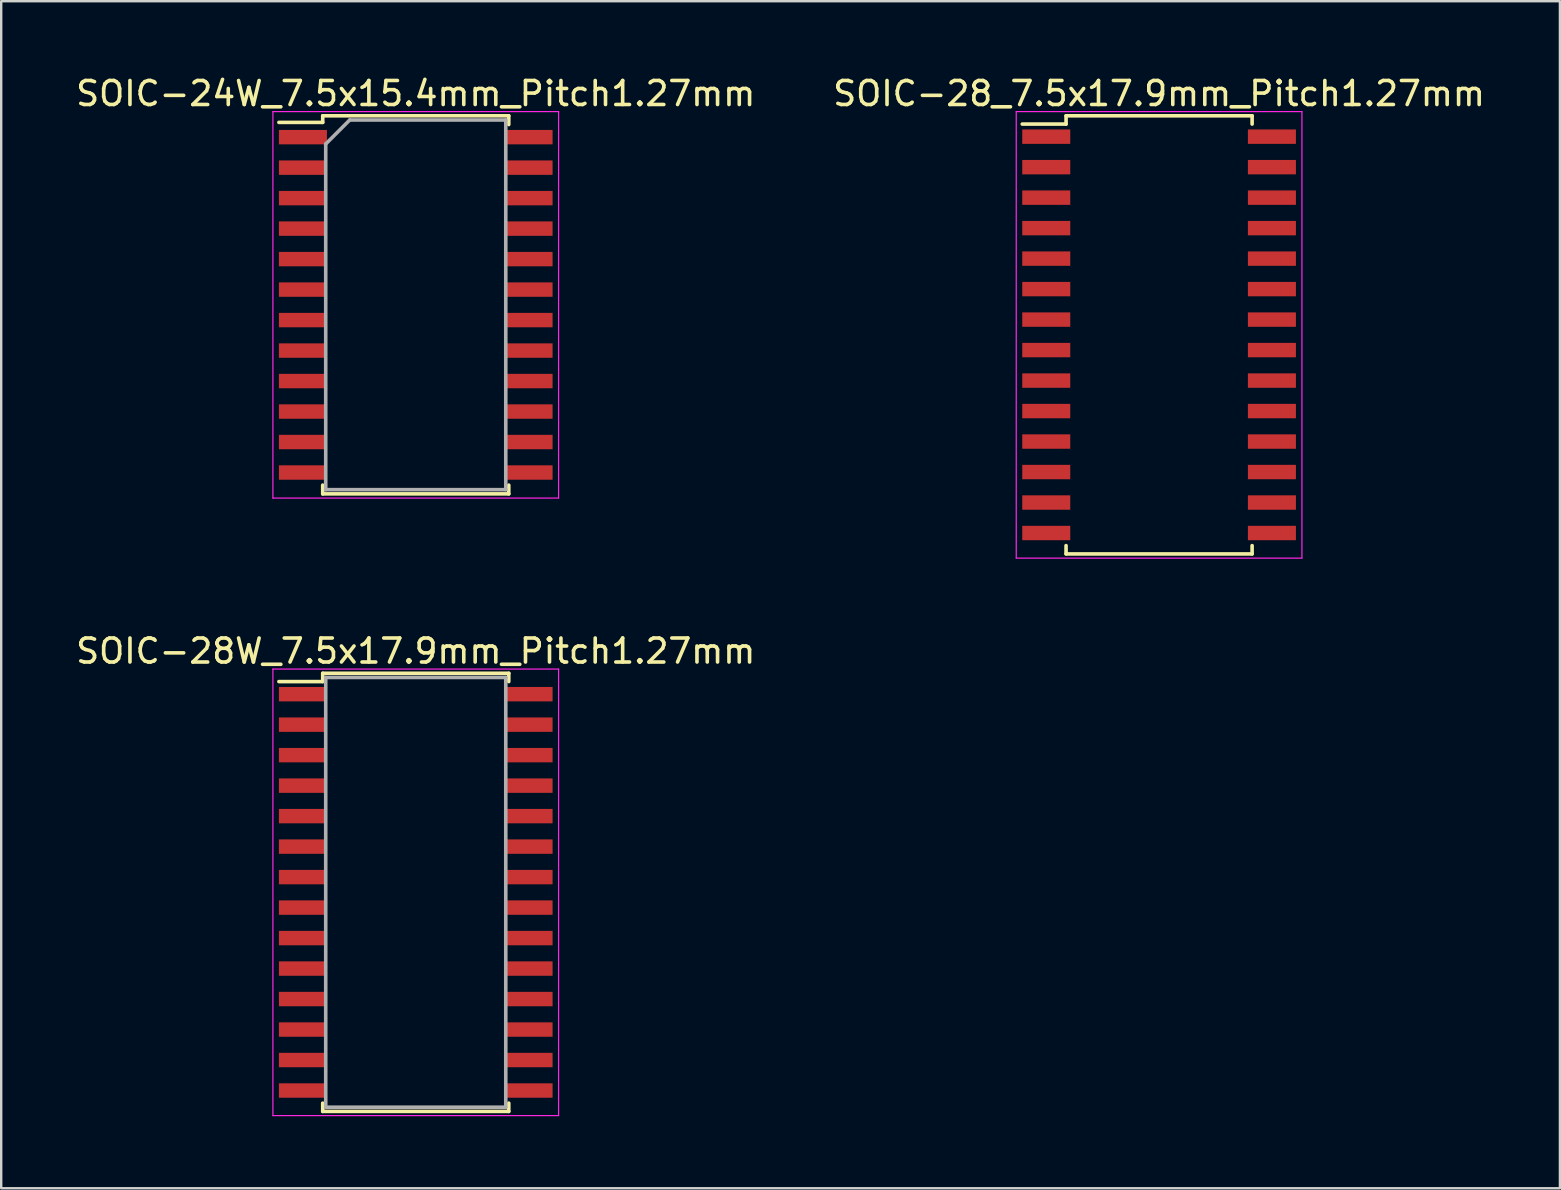
<source format=kicad_pcb>
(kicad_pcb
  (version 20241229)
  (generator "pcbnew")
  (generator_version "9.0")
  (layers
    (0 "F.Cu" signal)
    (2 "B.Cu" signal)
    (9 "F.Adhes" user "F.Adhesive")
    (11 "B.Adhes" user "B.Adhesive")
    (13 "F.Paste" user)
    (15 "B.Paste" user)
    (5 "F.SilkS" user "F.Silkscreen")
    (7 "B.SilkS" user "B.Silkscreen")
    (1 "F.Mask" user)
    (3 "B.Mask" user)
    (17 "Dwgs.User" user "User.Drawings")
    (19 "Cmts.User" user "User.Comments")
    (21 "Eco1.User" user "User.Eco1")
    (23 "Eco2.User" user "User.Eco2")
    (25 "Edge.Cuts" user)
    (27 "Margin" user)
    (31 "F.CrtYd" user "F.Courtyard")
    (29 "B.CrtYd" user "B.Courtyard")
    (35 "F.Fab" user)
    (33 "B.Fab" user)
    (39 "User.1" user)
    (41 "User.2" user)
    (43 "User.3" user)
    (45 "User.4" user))
  (footprint "SOIC-28_7.5x17.9mm_Pitch1.27mm"
    (layer "F.Cu")
    (at 45.232 10.898)
    (property "Reference" "SOIC-28_7.5x17.9mm_Pitch1.27mm" (at 0 -10.05 0) (layer "F.SilkS") (effects (font (size 1 1) (thickness 0.15))))
    (attr smd)
    (fp_line (start -3.875 -9.125) (end -3.875 -8.78) (stroke (width 0.15) (type solid)) (layer "F.SilkS"))
    (fp_line (start -3.875 -9.125) (end 3.875 -9.125) (stroke (width 0.15) (type solid)) (layer "F.SilkS"))
    (fp_line (start -3.875 -8.78) (end -5.7 -8.78) (stroke (width 0.15) (type solid)) (layer "F.SilkS"))
    (fp_line (start -3.875 9.125) (end -3.875 8.78) (stroke (width 0.15) (type solid)) (layer "F.SilkS"))
    (fp_line (start -3.875 9.125) (end 3.875 9.125) (stroke (width 0.15) (type solid)) (layer "F.SilkS"))
    (fp_line (start 3.875 -9.125) (end 3.875 -8.78) (stroke (width 0.15) (type solid)) (layer "F.SilkS"))
    (fp_line (start 3.875 9.125) (end 3.875 8.78) (stroke (width 0.15) (type solid)) (layer "F.SilkS"))
    (fp_line (start -5.95 -9.3) (end -5.95 9.3) (stroke (width 0.05) (type solid)) (layer "F.CrtYd"))
    (fp_line (start -5.95 -9.3) (end 5.95 -9.3) (stroke (width 0.05) (type solid)) (layer "F.CrtYd"))
    (fp_line (start -5.95 9.3) (end 5.95 9.3) (stroke (width 0.05) (type solid)) (layer "F.CrtYd"))
    (fp_line (start 5.95 -9.3) (end 5.95 9.3) (stroke (width 0.05) (type solid)) (layer "F.CrtYd"))
    (pad "1" smd rect (at -4.7 -8.255) (size 2 0.6) (layers "F.Cu" "F.Mask" "F.Paste"))
    (pad "2" smd rect (at -4.7 -6.985) (size 2 0.6) (layers "F.Cu" "F.Mask" "F.Paste"))
    (pad "3" smd rect (at -4.7 -5.715) (size 2 0.6) (layers "F.Cu" "F.Mask" "F.Paste"))
    (pad "4" smd rect (at -4.7 -4.445) (size 2 0.6) (layers "F.Cu" "F.Mask" "F.Paste"))
    (pad "5" smd rect (at -4.7 -3.175) (size 2 0.6) (layers "F.Cu" "F.Mask" "F.Paste"))
    (pad "6" smd rect (at -4.7 -1.905) (size 2 0.6) (layers "F.Cu" "F.Mask" "F.Paste"))
    (pad "7" smd rect (at -4.7 -0.635) (size 2 0.6) (layers "F.Cu" "F.Mask" "F.Paste"))
    (pad "8" smd rect (at -4.7 0.635) (size 2 0.6) (layers "F.Cu" "F.Mask" "F.Paste"))
    (pad "9" smd rect (at -4.7 1.905) (size 2 0.6) (layers "F.Cu" "F.Mask" "F.Paste"))
    (pad "10" smd rect (at -4.7 3.175) (size 2 0.6) (layers "F.Cu" "F.Mask" "F.Paste"))
    (pad "11" smd rect (at -4.7 4.445) (size 2 0.6) (layers "F.Cu" "F.Mask" "F.Paste"))
    (pad "12" smd rect (at -4.7 5.715) (size 2 0.6) (layers "F.Cu" "F.Mask" "F.Paste"))
    (pad "13" smd rect (at -4.7 6.985) (size 2 0.6) (layers "F.Cu" "F.Mask" "F.Paste"))
    (pad "14" smd rect (at -4.7 8.255) (size 2 0.6) (layers "F.Cu" "F.Mask" "F.Paste"))
    (pad "15" smd rect (at 4.7 8.255) (size 2 0.6) (layers "F.Cu" "F.Mask" "F.Paste"))
    (pad "16" smd rect (at 4.7 6.985) (size 2 0.6) (layers "F.Cu" "F.Mask" "F.Paste"))
    (pad "17" smd rect (at 4.7 5.715) (size 2 0.6) (layers "F.Cu" "F.Mask" "F.Paste"))
    (pad "18" smd rect (at 4.7 4.445) (size 2 0.6) (layers "F.Cu" "F.Mask" "F.Paste"))
    (pad "19" smd rect (at 4.7 3.175) (size 2 0.6) (layers "F.Cu" "F.Mask" "F.Paste"))
    (pad "20" smd rect (at 4.7 1.905) (size 2 0.6) (layers "F.Cu" "F.Mask" "F.Paste"))
    (pad "21" smd rect (at 4.7 0.635) (size 2 0.6) (layers "F.Cu" "F.Mask" "F.Paste"))
    (pad "22" smd rect (at 4.7 -0.635) (size 2 0.6) (layers "F.Cu" "F.Mask" "F.Paste"))
    (pad "23" smd rect (at 4.7 -1.905) (size 2 0.6) (layers "F.Cu" "F.Mask" "F.Paste"))
    (pad "24" smd rect (at 4.7 -3.175) (size 2 0.6) (layers "F.Cu" "F.Mask" "F.Paste"))
    (pad "25" smd rect (at 4.7 -4.445) (size 2 0.6) (layers "F.Cu" "F.Mask" "F.Paste"))
    (pad "26" smd rect (at 4.7 -5.715) (size 2 0.6) (layers "F.Cu" "F.Mask" "F.Paste"))
    (pad "27" smd rect (at 4.7 -6.985) (size 2 0.6) (layers "F.Cu" "F.Mask" "F.Paste"))
    (pad "28" smd rect (at 4.7 -8.255) (size 2 0.6) (layers "F.Cu" "F.Mask" "F.Paste")))
  (footprint "SOIC-24W_7.5x15.4mm_Pitch1.27mm"
    (layer "F.Cu")
    (at 14.268 9.648)
    (property "Reference" "SOIC-24W_7.5x15.4mm_Pitch1.27mm" (at 0 -8.8 0) (layer "F.SilkS") (effects (font (size 1 1) (thickness 0.15))))
    (attr smd)
    (fp_line (start -3.875 -7.875) (end -3.875 -7.6) (stroke (width 0.15) (type solid)) (layer "F.SilkS"))
    (fp_line (start -3.875 -7.875) (end 3.875 -7.875) (stroke (width 0.15) (type solid)) (layer "F.SilkS"))
    (fp_line (start -3.875 -7.6) (end -5.7 -7.6) (stroke (width 0.15) (type solid)) (layer "F.SilkS"))
    (fp_line (start -3.875 7.875) (end -3.875 7.51) (stroke (width 0.15) (type solid)) (layer "F.SilkS"))
    (fp_line (start -3.875 7.875) (end 3.875 7.875) (stroke (width 0.15) (type solid)) (layer "F.SilkS"))
    (fp_line (start 3.875 -7.875) (end 3.875 -7.51) (stroke (width 0.15) (type solid)) (layer "F.SilkS"))
    (fp_line (start 3.875 7.875) (end 3.875 7.51) (stroke (width 0.15) (type solid)) (layer "F.SilkS"))
    (fp_line (start -5.95 -8.05) (end -5.95 8.05) (stroke (width 0.05) (type solid)) (layer "F.CrtYd"))
    (fp_line (start -5.95 -8.05) (end 5.95 -8.05) (stroke (width 0.05) (type solid)) (layer "F.CrtYd"))
    (fp_line (start -5.95 8.05) (end 5.95 8.05) (stroke (width 0.05) (type solid)) (layer "F.CrtYd"))
    (fp_line (start 5.95 -8.05) (end 5.95 8.05) (stroke (width 0.05) (type solid)) (layer "F.CrtYd"))
    (fp_line (start -3.75 -6.7) (end -2.75 -7.7) (stroke (width 0.15) (type solid)) (layer "F.Fab"))
    (fp_line (start -3.75 7.7) (end -3.75 -6.7) (stroke (width 0.15) (type solid)) (layer "F.Fab"))
    (fp_line (start -2.75 -7.7) (end 3.75 -7.7) (stroke (width 0.15) (type solid)) (layer "F.Fab"))
    (fp_line (start 3.75 -7.7) (end 3.75 7.7) (stroke (width 0.15) (type solid)) (layer "F.Fab"))
    (fp_line (start 3.75 7.7) (end -3.75 7.7) (stroke (width 0.15) (type solid)) (layer "F.Fab"))
    (pad "1" smd rect (at -4.7 -6.985) (size 2 0.6) (layers "F.Cu" "F.Mask" "F.Paste"))
    (pad "2" smd rect (at -4.7 -5.715) (size 2 0.6) (layers "F.Cu" "F.Mask" "F.Paste"))
    (pad "3" smd rect (at -4.7 -4.445) (size 2 0.6) (layers "F.Cu" "F.Mask" "F.Paste"))
    (pad "4" smd rect (at -4.7 -3.175) (size 2 0.6) (layers "F.Cu" "F.Mask" "F.Paste"))
    (pad "5" smd rect (at -4.7 -1.905) (size 2 0.6) (layers "F.Cu" "F.Mask" "F.Paste"))
    (pad "6" smd rect (at -4.7 -0.635) (size 2 0.6) (layers "F.Cu" "F.Mask" "F.Paste"))
    (pad "7" smd rect (at -4.7 0.635) (size 2 0.6) (layers "F.Cu" "F.Mask" "F.Paste"))
    (pad "8" smd rect (at -4.7 1.905) (size 2 0.6) (layers "F.Cu" "F.Mask" "F.Paste"))
    (pad "9" smd rect (at -4.7 3.175) (size 2 0.6) (layers "F.Cu" "F.Mask" "F.Paste"))
    (pad "10" smd rect (at -4.7 4.445) (size 2 0.6) (layers "F.Cu" "F.Mask" "F.Paste"))
    (pad "11" smd rect (at -4.7 5.715) (size 2 0.6) (layers "F.Cu" "F.Mask" "F.Paste"))
    (pad "12" smd rect (at -4.7 6.985) (size 2 0.6) (layers "F.Cu" "F.Mask" "F.Paste"))
    (pad "13" smd rect (at 4.7 6.985) (size 2 0.6) (layers "F.Cu" "F.Mask" "F.Paste"))
    (pad "14" smd rect (at 4.7 5.715) (size 2 0.6) (layers "F.Cu" "F.Mask" "F.Paste"))
    (pad "15" smd rect (at 4.7 4.445) (size 2 0.6) (layers "F.Cu" "F.Mask" "F.Paste"))
    (pad "16" smd rect (at 4.7 3.175) (size 2 0.6) (layers "F.Cu" "F.Mask" "F.Paste"))
    (pad "17" smd rect (at 4.7 1.905) (size 2 0.6) (layers "F.Cu" "F.Mask" "F.Paste"))
    (pad "18" smd rect (at 4.7 0.635) (size 2 0.6) (layers "F.Cu" "F.Mask" "F.Paste"))
    (pad "19" smd rect (at 4.7 -0.635) (size 2 0.6) (layers "F.Cu" "F.Mask" "F.Paste"))
    (pad "20" smd rect (at 4.7 -1.905) (size 2 0.6) (layers "F.Cu" "F.Mask" "F.Paste"))
    (pad "21" smd rect (at 4.7 -3.175) (size 2 0.6) (layers "F.Cu" "F.Mask" "F.Paste"))
    (pad "22" smd rect (at 4.7 -4.445) (size 2 0.6) (layers "F.Cu" "F.Mask" "F.Paste"))
    (pad "23" smd rect (at 4.7 -5.715) (size 2 0.6) (layers "F.Cu" "F.Mask" "F.Paste"))
    (pad "24" smd rect (at 4.7 -6.985) (size 2 0.6) (layers "F.Cu" "F.Mask" "F.Paste")))
  (footprint "SOIC-28W_7.5x17.9mm_Pitch1.27mm"
    (layer "F.Cu")
    (at 14.268 34.121)
    (property "Reference" "SOIC-28W_7.5x17.9mm_Pitch1.27mm" (at 0 -10.05 0) (layer "F.SilkS") (effects (font (size 1 1) (thickness 0.15))))
    (attr smd)
    (fp_line (start -3.875 -9.125) (end -3.875 -8.78) (stroke (width 0.15) (type solid)) (layer "F.SilkS"))
    (fp_line (start -3.875 -9.125) (end 3.875 -9.125) (stroke (width 0.15) (type solid)) (layer "F.SilkS"))
    (fp_line (start -3.875 -8.78) (end -5.7 -8.78) (stroke (width 0.15) (type solid)) (layer "F.SilkS"))
    (fp_line (start -3.875 9.125) (end -3.875 8.78) (stroke (width 0.15) (type solid)) (layer "F.SilkS"))
    (fp_line (start -3.875 9.125) (end 3.875 9.125) (stroke (width 0.15) (type solid)) (layer "F.SilkS"))
    (fp_line (start 3.875 -9.125) (end 3.875 -8.78) (stroke (width 0.15) (type solid)) (layer "F.SilkS"))
    (fp_line (start 3.875 9.125) (end 3.875 8.78) (stroke (width 0.15) (type solid)) (layer "F.SilkS"))
    (fp_line (start -5.95 -9.3) (end -5.95 9.3) (stroke (width 0.05) (type solid)) (layer "F.CrtYd"))
    (fp_line (start -5.95 -9.3) (end 5.95 -9.3) (stroke (width 0.05) (type solid)) (layer "F.CrtYd"))
    (fp_line (start -5.95 9.3) (end 5.95 9.3) (stroke (width 0.05) (type solid)) (layer "F.CrtYd"))
    (fp_line (start 5.95 -9.3) (end 5.95 9.3) (stroke (width 0.05) (type solid)) (layer "F.CrtYd"))
    (fp_line (start -3.75 -8.95) (end -3.75 8.95) (stroke (width 0.15) (type solid)) (layer "F.Fab"))
    (fp_line (start -3.75 8.95) (end 3.75 8.95) (stroke (width 0.15) (type solid)) (layer "F.Fab"))
    (fp_line (start 3.75 -8.95) (end -3.75 -8.95) (stroke (width 0.15) (type solid)) (layer "F.Fab"))
    (fp_line (start 3.75 8.95) (end 3.75 -8.95) (stroke (width 0.15) (type solid)) (layer "F.Fab"))
    (pad "1" smd rect (at -4.7 -8.255) (size 2 0.6) (layers "F.Cu" "F.Mask" "F.Paste"))
    (pad "2" smd rect (at -4.7 -6.985) (size 2 0.6) (layers "F.Cu" "F.Mask" "F.Paste"))
    (pad "3" smd rect (at -4.7 -5.715) (size 2 0.6) (layers "F.Cu" "F.Mask" "F.Paste"))
    (pad "4" smd rect (at -4.7 -4.445) (size 2 0.6) (layers "F.Cu" "F.Mask" "F.Paste"))
    (pad "5" smd rect (at -4.7 -3.175) (size 2 0.6) (layers "F.Cu" "F.Mask" "F.Paste"))
    (pad "6" smd rect (at -4.7 -1.905) (size 2 0.6) (layers "F.Cu" "F.Mask" "F.Paste"))
    (pad "7" smd rect (at -4.7 -0.635) (size 2 0.6) (layers "F.Cu" "F.Mask" "F.Paste"))
    (pad "8" smd rect (at -4.7 0.635) (size 2 0.6) (layers "F.Cu" "F.Mask" "F.Paste"))
    (pad "9" smd rect (at -4.7 1.905) (size 2 0.6) (layers "F.Cu" "F.Mask" "F.Paste"))
    (pad "10" smd rect (at -4.7 3.175) (size 2 0.6) (layers "F.Cu" "F.Mask" "F.Paste"))
    (pad "11" smd rect (at -4.7 4.445) (size 2 0.6) (layers "F.Cu" "F.Mask" "F.Paste"))
    (pad "12" smd rect (at -4.7 5.715) (size 2 0.6) (layers "F.Cu" "F.Mask" "F.Paste"))
    (pad "13" smd rect (at -4.7 6.985) (size 2 0.6) (layers "F.Cu" "F.Mask" "F.Paste"))
    (pad "14" smd rect (at -4.7 8.255) (size 2 0.6) (layers "F.Cu" "F.Mask" "F.Paste"))
    (pad "15" smd rect (at 4.7 8.255) (size 2 0.6) (layers "F.Cu" "F.Mask" "F.Paste"))
    (pad "16" smd rect (at 4.7 6.985) (size 2 0.6) (layers "F.Cu" "F.Mask" "F.Paste"))
    (pad "17" smd rect (at 4.7 5.715) (size 2 0.6) (layers "F.Cu" "F.Mask" "F.Paste"))
    (pad "18" smd rect (at 4.7 4.445) (size 2 0.6) (layers "F.Cu" "F.Mask" "F.Paste"))
    (pad "19" smd rect (at 4.7 3.175) (size 2 0.6) (layers "F.Cu" "F.Mask" "F.Paste"))
    (pad "20" smd rect (at 4.7 1.905) (size 2 0.6) (layers "F.Cu" "F.Mask" "F.Paste"))
    (pad "21" smd rect (at 4.7 0.635) (size 2 0.6) (layers "F.Cu" "F.Mask" "F.Paste"))
    (pad "22" smd rect (at 4.7 -0.635) (size 2 0.6) (layers "F.Cu" "F.Mask" "F.Paste"))
    (pad "23" smd rect (at 4.7 -1.905) (size 2 0.6) (layers "F.Cu" "F.Mask" "F.Paste"))
    (pad "24" smd rect (at 4.7 -3.175) (size 2 0.6) (layers "F.Cu" "F.Mask" "F.Paste"))
    (pad "25" smd rect (at 4.7 -4.445) (size 2 0.6) (layers "F.Cu" "F.Mask" "F.Paste"))
    (pad "26" smd rect (at 4.7 -5.715) (size 2 0.6) (layers "F.Cu" "F.Mask" "F.Paste"))
    (pad "27" smd rect (at 4.7 -6.985) (size 2 0.6) (layers "F.Cu" "F.Mask" "F.Paste"))
    (pad "28" smd rect (at 4.7 -8.255) (size 2 0.6) (layers "F.Cu" "F.Mask" "F.Paste")))
  (gr_rect
    (start -3 -3)
    (end 61.929 46.447)
    (stroke (width 0.1) (type default))
    (fill no)
    (layer "Edge.Cuts")))
</source>
